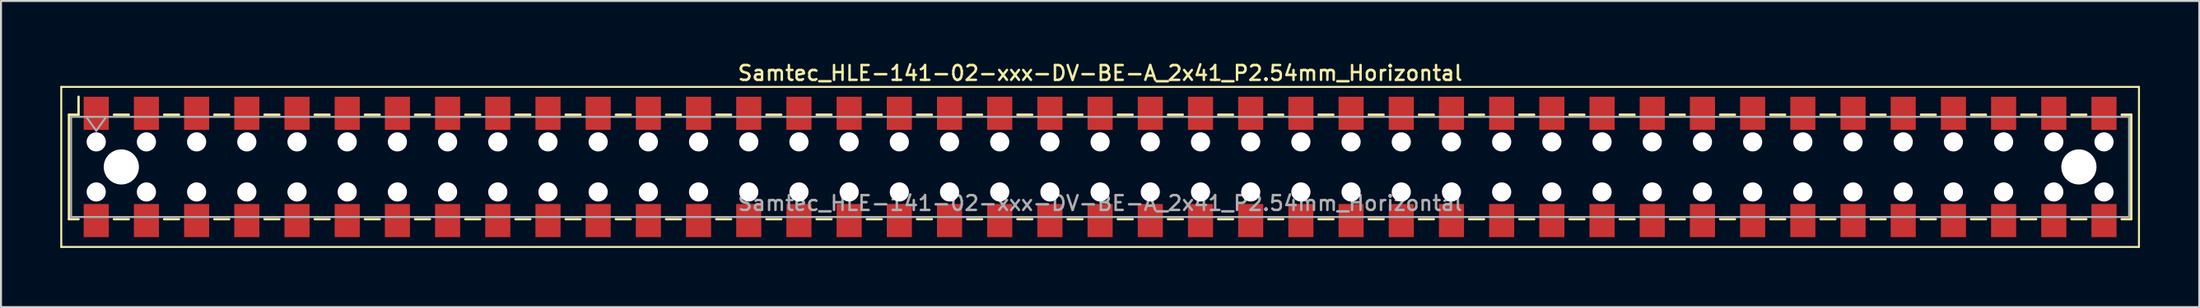
<source format=kicad_pcb>
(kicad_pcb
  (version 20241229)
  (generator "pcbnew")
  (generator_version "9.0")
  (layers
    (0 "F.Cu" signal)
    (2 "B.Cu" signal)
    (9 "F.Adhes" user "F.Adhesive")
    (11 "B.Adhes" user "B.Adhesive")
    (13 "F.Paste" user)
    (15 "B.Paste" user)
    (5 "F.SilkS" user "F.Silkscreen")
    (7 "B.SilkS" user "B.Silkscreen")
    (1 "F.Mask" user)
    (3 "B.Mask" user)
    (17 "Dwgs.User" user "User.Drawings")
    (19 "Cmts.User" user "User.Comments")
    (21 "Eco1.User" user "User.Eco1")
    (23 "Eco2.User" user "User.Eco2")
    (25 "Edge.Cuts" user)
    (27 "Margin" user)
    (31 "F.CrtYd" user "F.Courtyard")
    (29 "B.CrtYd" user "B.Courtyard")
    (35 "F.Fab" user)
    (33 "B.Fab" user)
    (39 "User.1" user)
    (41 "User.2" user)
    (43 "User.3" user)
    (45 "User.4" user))
  (footprint "Samtec_HLE-141-02-xxx-DV-BE-A_2x41_P2.54mm_Horizontal"
    (layer "F.Cu")
    (at 52.62 5.418)
    (property "Reference" "Samtec_HLE-141-02-xxx-DV-BE-A_2x41_P2.54mm_Horizontal" (at 0 -4.76 0) (layer "F.SilkS") (effects (font (size 0.75 0.75) (thickness 0.125))))
    (attr smd)
    (fp_line (start -52.57 -4.06) (end 52.57 -4.06) (stroke (width 0.1) (type solid)) (layer "F.SilkS"))
    (fp_line (start -52.57 4.06) (end -52.57 -4.06) (stroke (width 0.1) (type solid)) (layer "F.SilkS"))
    (fp_line (start -52.18 -2.65) (end -52.18 2.65) (stroke (width 0.12) (type solid)) (layer "F.SilkS"))
    (fp_line (start -52.18 2.65) (end -51.695 2.65) (stroke (width 0.12) (type solid)) (layer "F.SilkS"))
    (fp_line (start -51.695 -3.56) (end -51.695 -2.65) (stroke (width 0.12) (type solid)) (layer "F.SilkS"))
    (fp_line (start -51.695 -2.65) (end -52.18 -2.65) (stroke (width 0.12) (type solid)) (layer "F.SilkS"))
    (fp_line (start -49.905 -2.65) (end -49.155 -2.65) (stroke (width 0.12) (type solid)) (layer "F.SilkS"))
    (fp_line (start -49.905 2.65) (end -49.155 2.65) (stroke (width 0.12) (type solid)) (layer "F.SilkS"))
    (fp_line (start -47.365 -2.65) (end -46.615 -2.65) (stroke (width 0.12) (type solid)) (layer "F.SilkS"))
    (fp_line (start -47.365 2.65) (end -46.615 2.65) (stroke (width 0.12) (type solid)) (layer "F.SilkS"))
    (fp_line (start -44.825 -2.65) (end -44.075 -2.65) (stroke (width 0.12) (type solid)) (layer "F.SilkS"))
    (fp_line (start -44.825 2.65) (end -44.075 2.65) (stroke (width 0.12) (type solid)) (layer "F.SilkS"))
    (fp_line (start -42.285 -2.65) (end -41.535 -2.65) (stroke (width 0.12) (type solid)) (layer "F.SilkS"))
    (fp_line (start -42.285 2.65) (end -41.535 2.65) (stroke (width 0.12) (type solid)) (layer "F.SilkS"))
    (fp_line (start -39.745 -2.65) (end -38.995 -2.65) (stroke (width 0.12) (type solid)) (layer "F.SilkS"))
    (fp_line (start -39.745 2.65) (end -38.995 2.65) (stroke (width 0.12) (type solid)) (layer "F.SilkS"))
    (fp_line (start -37.205 -2.65) (end -36.455 -2.65) (stroke (width 0.12) (type solid)) (layer "F.SilkS"))
    (fp_line (start -37.205 2.65) (end -36.455 2.65) (stroke (width 0.12) (type solid)) (layer "F.SilkS"))
    (fp_line (start -34.665 -2.65) (end -33.915 -2.65) (stroke (width 0.12) (type solid)) (layer "F.SilkS"))
    (fp_line (start -34.665 2.65) (end -33.915 2.65) (stroke (width 0.12) (type solid)) (layer "F.SilkS"))
    (fp_line (start -32.125 -2.65) (end -31.375 -2.65) (stroke (width 0.12) (type solid)) (layer "F.SilkS"))
    (fp_line (start -32.125 2.65) (end -31.375 2.65) (stroke (width 0.12) (type solid)) (layer "F.SilkS"))
    (fp_line (start -29.585 -2.65) (end -28.835 -2.65) (stroke (width 0.12) (type solid)) (layer "F.SilkS"))
    (fp_line (start -29.585 2.65) (end -28.835 2.65) (stroke (width 0.12) (type solid)) (layer "F.SilkS"))
    (fp_line (start -27.045 -2.65) (end -26.295 -2.65) (stroke (width 0.12) (type solid)) (layer "F.SilkS"))
    (fp_line (start -27.045 2.65) (end -26.295 2.65) (stroke (width 0.12) (type solid)) (layer "F.SilkS"))
    (fp_line (start -24.505 -2.65) (end -23.755 -2.65) (stroke (width 0.12) (type solid)) (layer "F.SilkS"))
    (fp_line (start -24.505 2.65) (end -23.755 2.65) (stroke (width 0.12) (type solid)) (layer "F.SilkS"))
    (fp_line (start -21.965 -2.65) (end -21.215 -2.65) (stroke (width 0.12) (type solid)) (layer "F.SilkS"))
    (fp_line (start -21.965 2.65) (end -21.215 2.65) (stroke (width 0.12) (type solid)) (layer "F.SilkS"))
    (fp_line (start -19.425 -2.65) (end -18.675 -2.65) (stroke (width 0.12) (type solid)) (layer "F.SilkS"))
    (fp_line (start -19.425 2.65) (end -18.675 2.65) (stroke (width 0.12) (type solid)) (layer "F.SilkS"))
    (fp_line (start -16.885 -2.65) (end -16.135 -2.65) (stroke (width 0.12) (type solid)) (layer "F.SilkS"))
    (fp_line (start -16.885 2.65) (end -16.135 2.65) (stroke (width 0.12) (type solid)) (layer "F.SilkS"))
    (fp_line (start -14.345 -2.65) (end -13.595 -2.65) (stroke (width 0.12) (type solid)) (layer "F.SilkS"))
    (fp_line (start -14.345 2.65) (end -13.595 2.65) (stroke (width 0.12) (type solid)) (layer "F.SilkS"))
    (fp_line (start -11.805 -2.65) (end -11.055 -2.65) (stroke (width 0.12) (type solid)) (layer "F.SilkS"))
    (fp_line (start -11.805 2.65) (end -11.055 2.65) (stroke (width 0.12) (type solid)) (layer "F.SilkS"))
    (fp_line (start -9.265 -2.65) (end -8.515 -2.65) (stroke (width 0.12) (type solid)) (layer "F.SilkS"))
    (fp_line (start -9.265 2.65) (end -8.515 2.65) (stroke (width 0.12) (type solid)) (layer "F.SilkS"))
    (fp_line (start -6.725 -2.65) (end -5.975 -2.65) (stroke (width 0.12) (type solid)) (layer "F.SilkS"))
    (fp_line (start -6.725 2.65) (end -5.975 2.65) (stroke (width 0.12) (type solid)) (layer "F.SilkS"))
    (fp_line (start -4.185 -2.65) (end -3.435 -2.65) (stroke (width 0.12) (type solid)) (layer "F.SilkS"))
    (fp_line (start -4.185 2.65) (end -3.435 2.65) (stroke (width 0.12) (type solid)) (layer "F.SilkS"))
    (fp_line (start -1.645 -2.65) (end -0.895 -2.65) (stroke (width 0.12) (type solid)) (layer "F.SilkS"))
    (fp_line (start -1.645 2.65) (end -0.895 2.65) (stroke (width 0.12) (type solid)) (layer "F.SilkS"))
    (fp_line (start 0.895 -2.65) (end 1.645 -2.65) (stroke (width 0.12) (type solid)) (layer "F.SilkS"))
    (fp_line (start 0.895 2.65) (end 1.645 2.65) (stroke (width 0.12) (type solid)) (layer "F.SilkS"))
    (fp_line (start 3.435 -2.65) (end 4.185 -2.65) (stroke (width 0.12) (type solid)) (layer "F.SilkS"))
    (fp_line (start 3.435 2.65) (end 4.185 2.65) (stroke (width 0.12) (type solid)) (layer "F.SilkS"))
    (fp_line (start 5.975 -2.65) (end 6.725 -2.65) (stroke (width 0.12) (type solid)) (layer "F.SilkS"))
    (fp_line (start 5.975 2.65) (end 6.725 2.65) (stroke (width 0.12) (type solid)) (layer "F.SilkS"))
    (fp_line (start 8.515 -2.65) (end 9.265 -2.65) (stroke (width 0.12) (type solid)) (layer "F.SilkS"))
    (fp_line (start 8.515 2.65) (end 9.265 2.65) (stroke (width 0.12) (type solid)) (layer "F.SilkS"))
    (fp_line (start 11.055 -2.65) (end 11.805 -2.65) (stroke (width 0.12) (type solid)) (layer "F.SilkS"))
    (fp_line (start 11.055 2.65) (end 11.805 2.65) (stroke (width 0.12) (type solid)) (layer "F.SilkS"))
    (fp_line (start 13.595 -2.65) (end 14.345 -2.65) (stroke (width 0.12) (type solid)) (layer "F.SilkS"))
    (fp_line (start 13.595 2.65) (end 14.345 2.65) (stroke (width 0.12) (type solid)) (layer "F.SilkS"))
    (fp_line (start 16.135 -2.65) (end 16.885 -2.65) (stroke (width 0.12) (type solid)) (layer "F.SilkS"))
    (fp_line (start 16.135 2.65) (end 16.885 2.65) (stroke (width 0.12) (type solid)) (layer "F.SilkS"))
    (fp_line (start 18.675 -2.65) (end 19.425 -2.65) (stroke (width 0.12) (type solid)) (layer "F.SilkS"))
    (fp_line (start 18.675 2.65) (end 19.425 2.65) (stroke (width 0.12) (type solid)) (layer "F.SilkS"))
    (fp_line (start 21.215 -2.65) (end 21.965 -2.65) (stroke (width 0.12) (type solid)) (layer "F.SilkS"))
    (fp_line (start 21.215 2.65) (end 21.965 2.65) (stroke (width 0.12) (type solid)) (layer "F.SilkS"))
    (fp_line (start 23.755 -2.65) (end 24.505 -2.65) (stroke (width 0.12) (type solid)) (layer "F.SilkS"))
    (fp_line (start 23.755 2.65) (end 24.505 2.65) (stroke (width 0.12) (type solid)) (layer "F.SilkS"))
    (fp_line (start 26.295 -2.65) (end 27.045 -2.65) (stroke (width 0.12) (type solid)) (layer "F.SilkS"))
    (fp_line (start 26.295 2.65) (end 27.045 2.65) (stroke (width 0.12) (type solid)) (layer "F.SilkS"))
    (fp_line (start 28.835 -2.65) (end 29.585 -2.65) (stroke (width 0.12) (type solid)) (layer "F.SilkS"))
    (fp_line (start 28.835 2.65) (end 29.585 2.65) (stroke (width 0.12) (type solid)) (layer "F.SilkS"))
    (fp_line (start 31.375 -2.65) (end 32.125 -2.65) (stroke (width 0.12) (type solid)) (layer "F.SilkS"))
    (fp_line (start 31.375 2.65) (end 32.125 2.65) (stroke (width 0.12) (type solid)) (layer "F.SilkS"))
    (fp_line (start 33.915 -2.65) (end 34.665 -2.65) (stroke (width 0.12) (type solid)) (layer "F.SilkS"))
    (fp_line (start 33.915 2.65) (end 34.665 2.65) (stroke (width 0.12) (type solid)) (layer "F.SilkS"))
    (fp_line (start 36.455 -2.65) (end 37.205 -2.65) (stroke (width 0.12) (type solid)) (layer "F.SilkS"))
    (fp_line (start 36.455 2.65) (end 37.205 2.65) (stroke (width 0.12) (type solid)) (layer "F.SilkS"))
    (fp_line (start 38.995 -2.65) (end 39.745 -2.65) (stroke (width 0.12) (type solid)) (layer "F.SilkS"))
    (fp_line (start 38.995 2.65) (end 39.745 2.65) (stroke (width 0.12) (type solid)) (layer "F.SilkS"))
    (fp_line (start 41.535 -2.65) (end 42.285 -2.65) (stroke (width 0.12) (type solid)) (layer "F.SilkS"))
    (fp_line (start 41.535 2.65) (end 42.285 2.65) (stroke (width 0.12) (type solid)) (layer "F.SilkS"))
    (fp_line (start 44.075 -2.65) (end 44.825 -2.65) (stroke (width 0.12) (type solid)) (layer "F.SilkS"))
    (fp_line (start 44.075 2.65) (end 44.825 2.65) (stroke (width 0.12) (type solid)) (layer "F.SilkS"))
    (fp_line (start 46.615 -2.65) (end 47.365 -2.65) (stroke (width 0.12) (type solid)) (layer "F.SilkS"))
    (fp_line (start 46.615 2.65) (end 47.365 2.65) (stroke (width 0.12) (type solid)) (layer "F.SilkS"))
    (fp_line (start 49.155 -2.65) (end 49.905 -2.65) (stroke (width 0.12) (type solid)) (layer "F.SilkS"))
    (fp_line (start 49.155 2.65) (end 49.905 2.65) (stroke (width 0.12) (type solid)) (layer "F.SilkS"))
    (fp_line (start 51.695 -2.65) (end 52.18 -2.65) (stroke (width 0.12) (type solid)) (layer "F.SilkS"))
    (fp_line (start 52.18 -2.65) (end 52.18 2.65) (stroke (width 0.12) (type solid)) (layer "F.SilkS"))
    (fp_line (start 52.18 2.65) (end 51.695 2.65) (stroke (width 0.12) (type solid)) (layer "F.SilkS"))
    (fp_line (start 52.57 -4.06) (end 52.57 4.06) (stroke (width 0.1) (type solid)) (layer "F.SilkS"))
    (fp_line (start 52.57 4.06) (end -52.57 4.06) (stroke (width 0.1) (type solid)) (layer "F.SilkS"))
    (fp_line (start -52.07 -2.54) (end 52.07 -2.54) (stroke (width 0.1) (type solid)) (layer "F.Fab"))
    (fp_line (start -52.07 2.54) (end -52.07 -2.54) (stroke (width 0.1) (type solid)) (layer "F.Fab"))
    (fp_line (start -51.3 -2.54) (end -50.8 -1.833) (stroke (width 0.1) (type solid)) (layer "F.Fab"))
    (fp_line (start -50.8 -1.833) (end -50.3 -2.54) (stroke (width 0.1) (type solid)) (layer "F.Fab"))
    (fp_line (start 52.07 -2.54) (end 52.07 2.54) (stroke (width 0.1) (type solid)) (layer "F.Fab"))
    (fp_line (start 52.07 2.54) (end -52.07 2.54) (stroke (width 0.1) (type solid)) (layer "F.Fab"))
    (fp_text user "${REFERENCE}" (at 0 1.84 0) (layer "F.Fab") (effects (font (size 0.75 0.75) (thickness 0.125))))
    (pad "" np_thru_hole circle (at -50.8 -1.27) (size 0.97 0.97) (drill 0.97) (layers "*.Cu" "*.Mask"))
    (pad "" np_thru_hole circle (at -50.8 1.27) (size 0.97 0.97) (drill 0.97) (layers "*.Cu" "*.Mask"))
    (pad "" np_thru_hole circle (at -49.53 0) (size 1.78 1.78) (drill 1.78) (layers "*.Cu" "*.Mask"))
    (pad "" np_thru_hole circle (at -48.26 -1.27) (size 0.97 0.97) (drill 0.97) (layers "*.Cu" "*.Mask"))
    (pad "" np_thru_hole circle (at -48.26 1.27) (size 0.97 0.97) (drill 0.97) (layers "*.Cu" "*.Mask"))
    (pad "" np_thru_hole circle (at -45.72 -1.27) (size 0.97 0.97) (drill 0.97) (layers "*.Cu" "*.Mask"))
    (pad "" np_thru_hole circle (at -45.72 1.27) (size 0.97 0.97) (drill 0.97) (layers "*.Cu" "*.Mask"))
    (pad "" np_thru_hole circle (at -43.18 -1.27) (size 0.97 0.97) (drill 0.97) (layers "*.Cu" "*.Mask"))
    (pad "" np_thru_hole circle (at -43.18 1.27) (size 0.97 0.97) (drill 0.97) (layers "*.Cu" "*.Mask"))
    (pad "" np_thru_hole circle (at -40.64 -1.27) (size 0.97 0.97) (drill 0.97) (layers "*.Cu" "*.Mask"))
    (pad "" np_thru_hole circle (at -40.64 1.27) (size 0.97 0.97) (drill 0.97) (layers "*.Cu" "*.Mask"))
    (pad "" np_thru_hole circle (at -38.1 -1.27) (size 0.97 0.97) (drill 0.97) (layers "*.Cu" "*.Mask"))
    (pad "" np_thru_hole circle (at -38.1 1.27) (size 0.97 0.97) (drill 0.97) (layers "*.Cu" "*.Mask"))
    (pad "" np_thru_hole circle (at -35.56 -1.27) (size 0.97 0.97) (drill 0.97) (layers "*.Cu" "*.Mask"))
    (pad "" np_thru_hole circle (at -35.56 1.27) (size 0.97 0.97) (drill 0.97) (layers "*.Cu" "*.Mask"))
    (pad "" np_thru_hole circle (at -33.02 -1.27) (size 0.97 0.97) (drill 0.97) (layers "*.Cu" "*.Mask"))
    (pad "" np_thru_hole circle (at -33.02 1.27) (size 0.97 0.97) (drill 0.97) (layers "*.Cu" "*.Mask"))
    (pad "" np_thru_hole circle (at -30.48 -1.27) (size 0.97 0.97) (drill 0.97) (layers "*.Cu" "*.Mask"))
    (pad "" np_thru_hole circle (at -30.48 1.27) (size 0.97 0.97) (drill 0.97) (layers "*.Cu" "*.Mask"))
    (pad "" np_thru_hole circle (at -27.94 -1.27) (size 0.97 0.97) (drill 0.97) (layers "*.Cu" "*.Mask"))
    (pad "" np_thru_hole circle (at -27.94 1.27) (size 0.97 0.97) (drill 0.97) (layers "*.Cu" "*.Mask"))
    (pad "" np_thru_hole circle (at -25.4 -1.27) (size 0.97 0.97) (drill 0.97) (layers "*.Cu" "*.Mask"))
    (pad "" np_thru_hole circle (at -25.4 1.27) (size 0.97 0.97) (drill 0.97) (layers "*.Cu" "*.Mask"))
    (pad "" np_thru_hole circle (at -22.86 -1.27) (size 0.97 0.97) (drill 0.97) (layers "*.Cu" "*.Mask"))
    (pad "" np_thru_hole circle (at -22.86 1.27) (size 0.97 0.97) (drill 0.97) (layers "*.Cu" "*.Mask"))
    (pad "" np_thru_hole circle (at -20.32 -1.27) (size 0.97 0.97) (drill 0.97) (layers "*.Cu" "*.Mask"))
    (pad "" np_thru_hole circle (at -20.32 1.27) (size 0.97 0.97) (drill 0.97) (layers "*.Cu" "*.Mask"))
    (pad "" np_thru_hole circle (at -17.78 -1.27) (size 0.97 0.97) (drill 0.97) (layers "*.Cu" "*.Mask"))
    (pad "" np_thru_hole circle (at -17.78 1.27) (size 0.97 0.97) (drill 0.97) (layers "*.Cu" "*.Mask"))
    (pad "" np_thru_hole circle (at -15.24 -1.27) (size 0.97 0.97) (drill 0.97) (layers "*.Cu" "*.Mask"))
    (pad "" np_thru_hole circle (at -15.24 1.27) (size 0.97 0.97) (drill 0.97) (layers "*.Cu" "*.Mask"))
    (pad "" np_thru_hole circle (at -12.7 -1.27) (size 0.97 0.97) (drill 0.97) (layers "*.Cu" "*.Mask"))
    (pad "" np_thru_hole circle (at -12.7 1.27) (size 0.97 0.97) (drill 0.97) (layers "*.Cu" "*.Mask"))
    (pad "" np_thru_hole circle (at -10.16 -1.27) (size 0.97 0.97) (drill 0.97) (layers "*.Cu" "*.Mask"))
    (pad "" np_thru_hole circle (at -10.16 1.27) (size 0.97 0.97) (drill 0.97) (layers "*.Cu" "*.Mask"))
    (pad "" np_thru_hole circle (at -7.62 -1.27) (size 0.97 0.97) (drill 0.97) (layers "*.Cu" "*.Mask"))
    (pad "" np_thru_hole circle (at -7.62 1.27) (size 0.97 0.97) (drill 0.97) (layers "*.Cu" "*.Mask"))
    (pad "" np_thru_hole circle (at -5.08 -1.27) (size 0.97 0.97) (drill 0.97) (layers "*.Cu" "*.Mask"))
    (pad "" np_thru_hole circle (at -5.08 1.27) (size 0.97 0.97) (drill 0.97) (layers "*.Cu" "*.Mask"))
    (pad "" np_thru_hole circle (at -2.54 -1.27) (size 0.97 0.97) (drill 0.97) (layers "*.Cu" "*.Mask"))
    (pad "" np_thru_hole circle (at -2.54 1.27) (size 0.97 0.97) (drill 0.97) (layers "*.Cu" "*.Mask"))
    (pad "" np_thru_hole circle (at 0 -1.27) (size 0.97 0.97) (drill 0.97) (layers "*.Cu" "*.Mask"))
    (pad "" np_thru_hole circle (at 0 1.27) (size 0.97 0.97) (drill 0.97) (layers "*.Cu" "*.Mask"))
    (pad "" np_thru_hole circle (at 2.54 -1.27) (size 0.97 0.97) (drill 0.97) (layers "*.Cu" "*.Mask"))
    (pad "" np_thru_hole circle (at 2.54 1.27) (size 0.97 0.97) (drill 0.97) (layers "*.Cu" "*.Mask"))
    (pad "" np_thru_hole circle (at 5.08 -1.27) (size 0.97 0.97) (drill 0.97) (layers "*.Cu" "*.Mask"))
    (pad "" np_thru_hole circle (at 5.08 1.27) (size 0.97 0.97) (drill 0.97) (layers "*.Cu" "*.Mask"))
    (pad "" np_thru_hole circle (at 7.62 -1.27) (size 0.97 0.97) (drill 0.97) (layers "*.Cu" "*.Mask"))
    (pad "" np_thru_hole circle (at 7.62 1.27) (size 0.97 0.97) (drill 0.97) (layers "*.Cu" "*.Mask"))
    (pad "" np_thru_hole circle (at 10.16 -1.27) (size 0.97 0.97) (drill 0.97) (layers "*.Cu" "*.Mask"))
    (pad "" np_thru_hole circle (at 10.16 1.27) (size 0.97 0.97) (drill 0.97) (layers "*.Cu" "*.Mask"))
    (pad "" np_thru_hole circle (at 12.7 -1.27) (size 0.97 0.97) (drill 0.97) (layers "*.Cu" "*.Mask"))
    (pad "" np_thru_hole circle (at 12.7 1.27) (size 0.97 0.97) (drill 0.97) (layers "*.Cu" "*.Mask"))
    (pad "" np_thru_hole circle (at 15.24 -1.27) (size 0.97 0.97) (drill 0.97) (layers "*.Cu" "*.Mask"))
    (pad "" np_thru_hole circle (at 15.24 1.27) (size 0.97 0.97) (drill 0.97) (layers "*.Cu" "*.Mask"))
    (pad "" np_thru_hole circle (at 17.78 -1.27) (size 0.97 0.97) (drill 0.97) (layers "*.Cu" "*.Mask"))
    (pad "" np_thru_hole circle (at 17.78 1.27) (size 0.97 0.97) (drill 0.97) (layers "*.Cu" "*.Mask"))
    (pad "" np_thru_hole circle (at 20.32 -1.27) (size 0.97 0.97) (drill 0.97) (layers "*.Cu" "*.Mask"))
    (pad "" np_thru_hole circle (at 20.32 1.27) (size 0.97 0.97) (drill 0.97) (layers "*.Cu" "*.Mask"))
    (pad "" np_thru_hole circle (at 22.86 -1.27) (size 0.97 0.97) (drill 0.97) (layers "*.Cu" "*.Mask"))
    (pad "" np_thru_hole circle (at 22.86 1.27) (size 0.97 0.97) (drill 0.97) (layers "*.Cu" "*.Mask"))
    (pad "" np_thru_hole circle (at 25.4 -1.27) (size 0.97 0.97) (drill 0.97) (layers "*.Cu" "*.Mask"))
    (pad "" np_thru_hole circle (at 25.4 1.27) (size 0.97 0.97) (drill 0.97) (layers "*.Cu" "*.Mask"))
    (pad "" np_thru_hole circle (at 27.94 -1.27) (size 0.97 0.97) (drill 0.97) (layers "*.Cu" "*.Mask"))
    (pad "" np_thru_hole circle (at 27.94 1.27) (size 0.97 0.97) (drill 0.97) (layers "*.Cu" "*.Mask"))
    (pad "" np_thru_hole circle (at 30.48 -1.27) (size 0.97 0.97) (drill 0.97) (layers "*.Cu" "*.Mask"))
    (pad "" np_thru_hole circle (at 30.48 1.27) (size 0.97 0.97) (drill 0.97) (layers "*.Cu" "*.Mask"))
    (pad "" np_thru_hole circle (at 33.02 -1.27) (size 0.97 0.97) (drill 0.97) (layers "*.Cu" "*.Mask"))
    (pad "" np_thru_hole circle (at 33.02 1.27) (size 0.97 0.97) (drill 0.97) (layers "*.Cu" "*.Mask"))
    (pad "" np_thru_hole circle (at 35.56 -1.27) (size 0.97 0.97) (drill 0.97) (layers "*.Cu" "*.Mask"))
    (pad "" np_thru_hole circle (at 35.56 1.27) (size 0.97 0.97) (drill 0.97) (layers "*.Cu" "*.Mask"))
    (pad "" np_thru_hole circle (at 38.1 -1.27) (size 0.97 0.97) (drill 0.97) (layers "*.Cu" "*.Mask"))
    (pad "" np_thru_hole circle (at 38.1 1.27) (size 0.97 0.97) (drill 0.97) (layers "*.Cu" "*.Mask"))
    (pad "" np_thru_hole circle (at 40.64 -1.27) (size 0.97 0.97) (drill 0.97) (layers "*.Cu" "*.Mask"))
    (pad "" np_thru_hole circle (at 40.64 1.27) (size 0.97 0.97) (drill 0.97) (layers "*.Cu" "*.Mask"))
    (pad "" np_thru_hole circle (at 43.18 -1.27) (size 0.97 0.97) (drill 0.97) (layers "*.Cu" "*.Mask"))
    (pad "" np_thru_hole circle (at 43.18 1.27) (size 0.97 0.97) (drill 0.97) (layers "*.Cu" "*.Mask"))
    (pad "" np_thru_hole circle (at 45.72 -1.27) (size 0.97 0.97) (drill 0.97) (layers "*.Cu" "*.Mask"))
    (pad "" np_thru_hole circle (at 45.72 1.27) (size 0.97 0.97) (drill 0.97) (layers "*.Cu" "*.Mask"))
    (pad "" np_thru_hole circle (at 48.26 -1.27) (size 0.97 0.97) (drill 0.97) (layers "*.Cu" "*.Mask"))
    (pad "" np_thru_hole circle (at 48.26 1.27) (size 0.97 0.97) (drill 0.97) (layers "*.Cu" "*.Mask"))
    (pad "" np_thru_hole circle (at 49.53 0) (size 1.78 1.78) (drill 1.78) (layers "*.Cu" "*.Mask"))
    (pad "" np_thru_hole circle (at 50.8 -1.27) (size 0.97 0.97) (drill 0.97) (layers "*.Cu" "*.Mask"))
    (pad "" np_thru_hole circle (at 50.8 1.27) (size 0.97 0.97) (drill 0.97) (layers "*.Cu" "*.Mask"))
    (pad "1" smd rect (at -50.8 -2.72) (size 1.27 1.68) (layers "F.Cu" "F.Mask" "F.Paste"))
    (pad "2" smd rect (at -50.8 2.72) (size 1.27 1.68) (layers "F.Cu" "F.Mask" "F.Paste"))
    (pad "3" smd rect (at -48.26 -2.72) (size 1.27 1.68) (layers "F.Cu" "F.Mask" "F.Paste"))
    (pad "4" smd rect (at -48.26 2.72) (size 1.27 1.68) (layers "F.Cu" "F.Mask" "F.Paste"))
    (pad "5" smd rect (at -45.72 -2.72) (size 1.27 1.68) (layers "F.Cu" "F.Mask" "F.Paste"))
    (pad "6" smd rect (at -45.72 2.72) (size 1.27 1.68) (layers "F.Cu" "F.Mask" "F.Paste"))
    (pad "7" smd rect (at -43.18 -2.72) (size 1.27 1.68) (layers "F.Cu" "F.Mask" "F.Paste"))
    (pad "8" smd rect (at -43.18 2.72) (size 1.27 1.68) (layers "F.Cu" "F.Mask" "F.Paste"))
    (pad "9" smd rect (at -40.64 -2.72) (size 1.27 1.68) (layers "F.Cu" "F.Mask" "F.Paste"))
    (pad "10" smd rect (at -40.64 2.72) (size 1.27 1.68) (layers "F.Cu" "F.Mask" "F.Paste"))
    (pad "11" smd rect (at -38.1 -2.72) (size 1.27 1.68) (layers "F.Cu" "F.Mask" "F.Paste"))
    (pad "12" smd rect (at -38.1 2.72) (size 1.27 1.68) (layers "F.Cu" "F.Mask" "F.Paste"))
    (pad "13" smd rect (at -35.56 -2.72) (size 1.27 1.68) (layers "F.Cu" "F.Mask" "F.Paste"))
    (pad "14" smd rect (at -35.56 2.72) (size 1.27 1.68) (layers "F.Cu" "F.Mask" "F.Paste"))
    (pad "15" smd rect (at -33.02 -2.72) (size 1.27 1.68) (layers "F.Cu" "F.Mask" "F.Paste"))
    (pad "16" smd rect (at -33.02 2.72) (size 1.27 1.68) (layers "F.Cu" "F.Mask" "F.Paste"))
    (pad "17" smd rect (at -30.48 -2.72) (size 1.27 1.68) (layers "F.Cu" "F.Mask" "F.Paste"))
    (pad "18" smd rect (at -30.48 2.72) (size 1.27 1.68) (layers "F.Cu" "F.Mask" "F.Paste"))
    (pad "19" smd rect (at -27.94 -2.72) (size 1.27 1.68) (layers "F.Cu" "F.Mask" "F.Paste"))
    (pad "20" smd rect (at -27.94 2.72) (size 1.27 1.68) (layers "F.Cu" "F.Mask" "F.Paste"))
    (pad "21" smd rect (at -25.4 -2.72) (size 1.27 1.68) (layers "F.Cu" "F.Mask" "F.Paste"))
    (pad "22" smd rect (at -25.4 2.72) (size 1.27 1.68) (layers "F.Cu" "F.Mask" "F.Paste"))
    (pad "23" smd rect (at -22.86 -2.72) (size 1.27 1.68) (layers "F.Cu" "F.Mask" "F.Paste"))
    (pad "24" smd rect (at -22.86 2.72) (size 1.27 1.68) (layers "F.Cu" "F.Mask" "F.Paste"))
    (pad "25" smd rect (at -20.32 -2.72) (size 1.27 1.68) (layers "F.Cu" "F.Mask" "F.Paste"))
    (pad "26" smd rect (at -20.32 2.72) (size 1.27 1.68) (layers "F.Cu" "F.Mask" "F.Paste"))
    (pad "27" smd rect (at -17.78 -2.72) (size 1.27 1.68) (layers "F.Cu" "F.Mask" "F.Paste"))
    (pad "28" smd rect (at -17.78 2.72) (size 1.27 1.68) (layers "F.Cu" "F.Mask" "F.Paste"))
    (pad "29" smd rect (at -15.24 -2.72) (size 1.27 1.68) (layers "F.Cu" "F.Mask" "F.Paste"))
    (pad "30" smd rect (at -15.24 2.72) (size 1.27 1.68) (layers "F.Cu" "F.Mask" "F.Paste"))
    (pad "31" smd rect (at -12.7 -2.72) (size 1.27 1.68) (layers "F.Cu" "F.Mask" "F.Paste"))
    (pad "32" smd rect (at -12.7 2.72) (size 1.27 1.68) (layers "F.Cu" "F.Mask" "F.Paste"))
    (pad "33" smd rect (at -10.16 -2.72) (size 1.27 1.68) (layers "F.Cu" "F.Mask" "F.Paste"))
    (pad "34" smd rect (at -10.16 2.72) (size 1.27 1.68) (layers "F.Cu" "F.Mask" "F.Paste"))
    (pad "35" smd rect (at -7.62 -2.72) (size 1.27 1.68) (layers "F.Cu" "F.Mask" "F.Paste"))
    (pad "36" smd rect (at -7.62 2.72) (size 1.27 1.68) (layers "F.Cu" "F.Mask" "F.Paste"))
    (pad "37" smd rect (at -5.08 -2.72) (size 1.27 1.68) (layers "F.Cu" "F.Mask" "F.Paste"))
    (pad "38" smd rect (at -5.08 2.72) (size 1.27 1.68) (layers "F.Cu" "F.Mask" "F.Paste"))
    (pad "39" smd rect (at -2.54 -2.72) (size 1.27 1.68) (layers "F.Cu" "F.Mask" "F.Paste"))
    (pad "40" smd rect (at -2.54 2.72) (size 1.27 1.68) (layers "F.Cu" "F.Mask" "F.Paste"))
    (pad "41" smd rect (at 0 -2.72) (size 1.27 1.68) (layers "F.Cu" "F.Mask" "F.Paste"))
    (pad "42" smd rect (at 0 2.72) (size 1.27 1.68) (layers "F.Cu" "F.Mask" "F.Paste"))
    (pad "43" smd rect (at 2.54 -2.72) (size 1.27 1.68) (layers "F.Cu" "F.Mask" "F.Paste"))
    (pad "44" smd rect (at 2.54 2.72) (size 1.27 1.68) (layers "F.Cu" "F.Mask" "F.Paste"))
    (pad "45" smd rect (at 5.08 -2.72) (size 1.27 1.68) (layers "F.Cu" "F.Mask" "F.Paste"))
    (pad "46" smd rect (at 5.08 2.72) (size 1.27 1.68) (layers "F.Cu" "F.Mask" "F.Paste"))
    (pad "47" smd rect (at 7.62 -2.72) (size 1.27 1.68) (layers "F.Cu" "F.Mask" "F.Paste"))
    (pad "48" smd rect (at 7.62 2.72) (size 1.27 1.68) (layers "F.Cu" "F.Mask" "F.Paste"))
    (pad "49" smd rect (at 10.16 -2.72) (size 1.27 1.68) (layers "F.Cu" "F.Mask" "F.Paste"))
    (pad "50" smd rect (at 10.16 2.72) (size 1.27 1.68) (layers "F.Cu" "F.Mask" "F.Paste"))
    (pad "51" smd rect (at 12.7 -2.72) (size 1.27 1.68) (layers "F.Cu" "F.Mask" "F.Paste"))
    (pad "52" smd rect (at 12.7 2.72) (size 1.27 1.68) (layers "F.Cu" "F.Mask" "F.Paste"))
    (pad "53" smd rect (at 15.24 -2.72) (size 1.27 1.68) (layers "F.Cu" "F.Mask" "F.Paste"))
    (pad "54" smd rect (at 15.24 2.72) (size 1.27 1.68) (layers "F.Cu" "F.Mask" "F.Paste"))
    (pad "55" smd rect (at 17.78 -2.72) (size 1.27 1.68) (layers "F.Cu" "F.Mask" "F.Paste"))
    (pad "56" smd rect (at 17.78 2.72) (size 1.27 1.68) (layers "F.Cu" "F.Mask" "F.Paste"))
    (pad "57" smd rect (at 20.32 -2.72) (size 1.27 1.68) (layers "F.Cu" "F.Mask" "F.Paste"))
    (pad "58" smd rect (at 20.32 2.72) (size 1.27 1.68) (layers "F.Cu" "F.Mask" "F.Paste"))
    (pad "59" smd rect (at 22.86 -2.72) (size 1.27 1.68) (layers "F.Cu" "F.Mask" "F.Paste"))
    (pad "60" smd rect (at 22.86 2.72) (size 1.27 1.68) (layers "F.Cu" "F.Mask" "F.Paste"))
    (pad "61" smd rect (at 25.4 -2.72) (size 1.27 1.68) (layers "F.Cu" "F.Mask" "F.Paste"))
    (pad "62" smd rect (at 25.4 2.72) (size 1.27 1.68) (layers "F.Cu" "F.Mask" "F.Paste"))
    (pad "63" smd rect (at 27.94 -2.72) (size 1.27 1.68) (layers "F.Cu" "F.Mask" "F.Paste"))
    (pad "64" smd rect (at 27.94 2.72) (size 1.27 1.68) (layers "F.Cu" "F.Mask" "F.Paste"))
    (pad "65" smd rect (at 30.48 -2.72) (size 1.27 1.68) (layers "F.Cu" "F.Mask" "F.Paste"))
    (pad "66" smd rect (at 30.48 2.72) (size 1.27 1.68) (layers "F.Cu" "F.Mask" "F.Paste"))
    (pad "67" smd rect (at 33.02 -2.72) (size 1.27 1.68) (layers "F.Cu" "F.Mask" "F.Paste"))
    (pad "68" smd rect (at 33.02 2.72) (size 1.27 1.68) (layers "F.Cu" "F.Mask" "F.Paste"))
    (pad "69" smd rect (at 35.56 -2.72) (size 1.27 1.68) (layers "F.Cu" "F.Mask" "F.Paste"))
    (pad "70" smd rect (at 35.56 2.72) (size 1.27 1.68) (layers "F.Cu" "F.Mask" "F.Paste"))
    (pad "71" smd rect (at 38.1 -2.72) (size 1.27 1.68) (layers "F.Cu" "F.Mask" "F.Paste"))
    (pad "72" smd rect (at 38.1 2.72) (size 1.27 1.68) (layers "F.Cu" "F.Mask" "F.Paste"))
    (pad "73" smd rect (at 40.64 -2.72) (size 1.27 1.68) (layers "F.Cu" "F.Mask" "F.Paste"))
    (pad "74" smd rect (at 40.64 2.72) (size 1.27 1.68) (layers "F.Cu" "F.Mask" "F.Paste"))
    (pad "75" smd rect (at 43.18 -2.72) (size 1.27 1.68) (layers "F.Cu" "F.Mask" "F.Paste"))
    (pad "76" smd rect (at 43.18 2.72) (size 1.27 1.68) (layers "F.Cu" "F.Mask" "F.Paste"))
    (pad "77" smd rect (at 45.72 -2.72) (size 1.27 1.68) (layers "F.Cu" "F.Mask" "F.Paste"))
    (pad "78" smd rect (at 45.72 2.72) (size 1.27 1.68) (layers "F.Cu" "F.Mask" "F.Paste"))
    (pad "79" smd rect (at 48.26 -2.72) (size 1.27 1.68) (layers "F.Cu" "F.Mask" "F.Paste"))
    (pad "80" smd rect (at 48.26 2.72) (size 1.27 1.68) (layers "F.Cu" "F.Mask" "F.Paste"))
    (pad "81" smd rect (at 50.8 -2.72) (size 1.27 1.68) (layers "F.Cu" "F.Mask" "F.Paste"))
    (pad "82" smd rect (at 50.8 2.72) (size 1.27 1.68) (layers "F.Cu" "F.Mask" "F.Paste")))
  (gr_rect
    (start -3 -3)
    (end 108.24 12.528)
    (stroke (width 0.1) (type default))
    (fill no)
    (layer "Edge.Cuts")))
</source>
